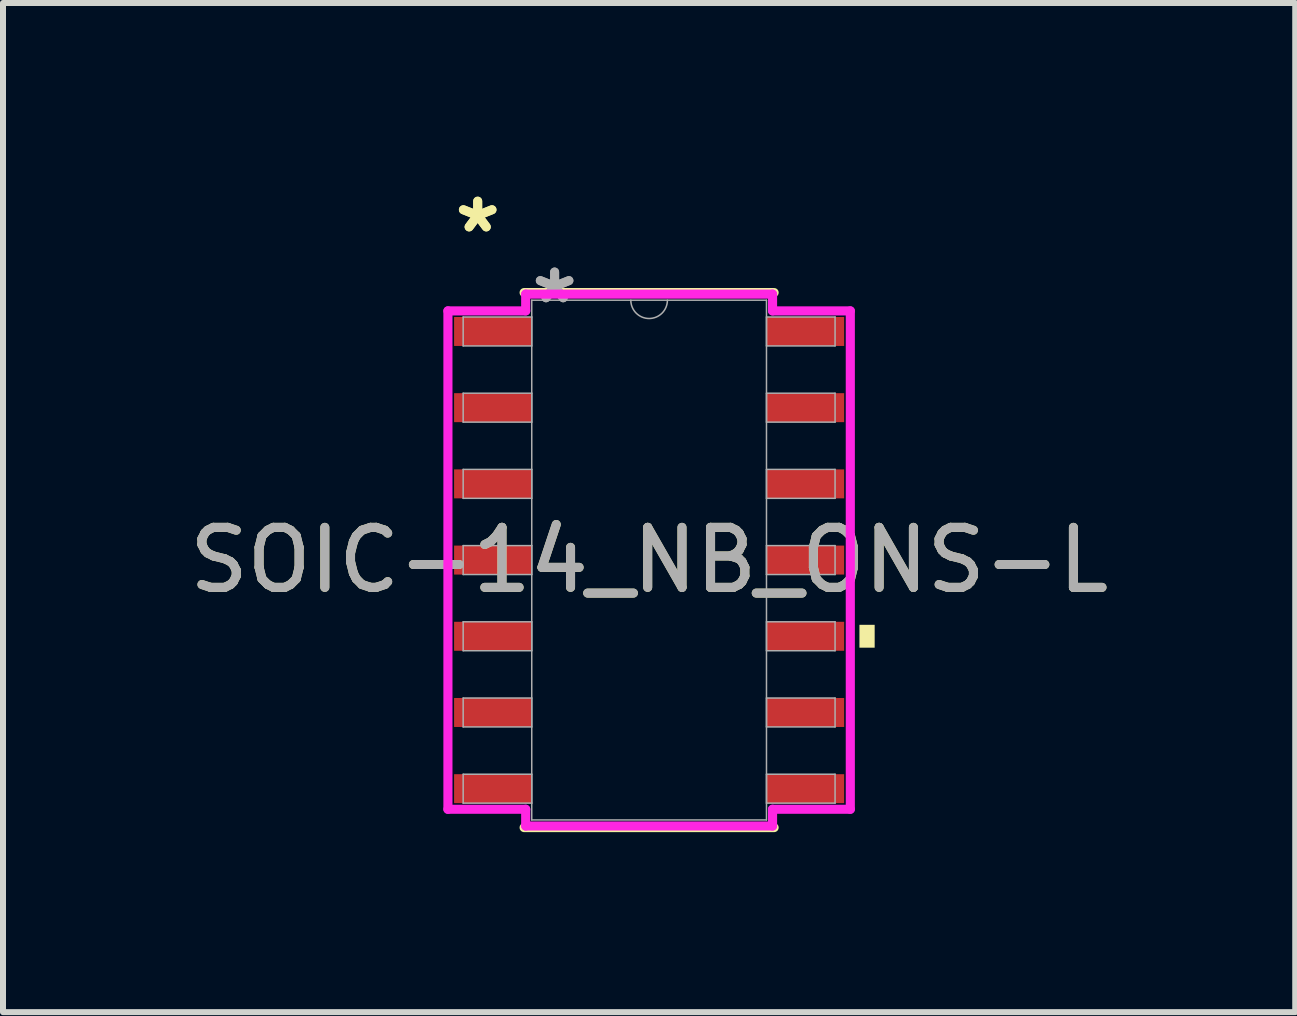
<source format=kicad_pcb>
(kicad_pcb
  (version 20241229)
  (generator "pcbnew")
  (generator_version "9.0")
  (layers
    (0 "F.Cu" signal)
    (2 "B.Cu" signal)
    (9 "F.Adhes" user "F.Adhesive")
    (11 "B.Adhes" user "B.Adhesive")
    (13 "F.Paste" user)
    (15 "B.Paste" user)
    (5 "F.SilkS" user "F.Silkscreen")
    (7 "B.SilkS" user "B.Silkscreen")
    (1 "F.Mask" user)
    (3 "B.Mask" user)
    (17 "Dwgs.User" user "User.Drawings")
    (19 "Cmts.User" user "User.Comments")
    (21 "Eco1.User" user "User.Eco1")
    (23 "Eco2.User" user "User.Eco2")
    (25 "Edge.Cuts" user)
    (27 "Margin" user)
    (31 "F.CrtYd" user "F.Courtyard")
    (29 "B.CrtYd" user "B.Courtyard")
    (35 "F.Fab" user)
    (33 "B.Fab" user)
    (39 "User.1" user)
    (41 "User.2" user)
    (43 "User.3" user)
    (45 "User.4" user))
  (footprint "SOIC-14_NB_ONS-L"
    (layer "F.Cu")
    (at 7.768 6.284)
    (property "Reference" "SOIC-14_NB_ONS-L" (at 0 0 0) (unlocked yes) (layer "F.SilkS") (effects (font (size 1 1) (thickness 0.15))))
    (attr smd)
    (fp_line (start -2.083 4.458) (end 2.083 4.458) (stroke (width 0.152) (type solid)) (layer "F.SilkS"))
    (fp_line (start 2.083 -4.458) (end -2.083 -4.458) (stroke (width 0.152) (type solid)) (layer "F.SilkS"))
    (fp_poly (pts (xy 3.759 1.079) (xy 3.759 1.46) (xy 3.505 1.46) (xy 3.505 1.079)) (stroke (width 0) (type solid)) (fill yes) (layer "F.SilkS"))
    (fp_line (start -3.353 -4.153) (end -2.057 -4.153) (stroke (width 0.152) (type solid)) (layer "F.CrtYd"))
    (fp_line (start -3.353 4.153) (end -3.353 -4.153) (stroke (width 0.152) (type solid)) (layer "F.CrtYd"))
    (fp_line (start -3.353 4.153) (end -2.057 4.153) (stroke (width 0.152) (type solid)) (layer "F.CrtYd"))
    (fp_line (start -2.057 -4.432) (end 2.057 -4.432) (stroke (width 0.152) (type solid)) (layer "F.CrtYd"))
    (fp_line (start -2.057 -4.153) (end -2.057 -4.432) (stroke (width 0.152) (type solid)) (layer "F.CrtYd"))
    (fp_line (start -2.057 4.432) (end -2.057 4.153) (stroke (width 0.152) (type solid)) (layer "F.CrtYd"))
    (fp_line (start 2.057 -4.432) (end 2.057 -4.153) (stroke (width 0.152) (type solid)) (layer "F.CrtYd"))
    (fp_line (start 2.057 4.153) (end 2.057 4.432) (stroke (width 0.152) (type solid)) (layer "F.CrtYd"))
    (fp_line (start 2.057 4.432) (end -2.057 4.432) (stroke (width 0.152) (type solid)) (layer "F.CrtYd"))
    (fp_line (start 3.353 -4.153) (end 2.057 -4.153) (stroke (width 0.152) (type solid)) (layer "F.CrtYd"))
    (fp_line (start 3.353 -4.153) (end 3.353 4.153) (stroke (width 0.152) (type solid)) (layer "F.CrtYd"))
    (fp_line (start 3.353 4.153) (end 2.057 4.153) (stroke (width 0.152) (type solid)) (layer "F.CrtYd"))
    (fp_line (start -3.099 -4.051) (end -3.099 -3.569) (stroke (width 0.025) (type solid)) (layer "F.Fab"))
    (fp_line (start -3.099 -3.569) (end -1.956 -3.569) (stroke (width 0.025) (type solid)) (layer "F.Fab"))
    (fp_line (start -3.099 -2.781) (end -3.099 -2.299) (stroke (width 0.025) (type solid)) (layer "F.Fab"))
    (fp_line (start -3.099 -2.299) (end -1.956 -2.299) (stroke (width 0.025) (type solid)) (layer "F.Fab"))
    (fp_line (start -3.099 -1.511) (end -3.099 -1.029) (stroke (width 0.025) (type solid)) (layer "F.Fab"))
    (fp_line (start -3.099 -1.029) (end -1.956 -1.029) (stroke (width 0.025) (type solid)) (layer "F.Fab"))
    (fp_line (start -3.099 -0.241) (end -3.099 0.241) (stroke (width 0.025) (type solid)) (layer "F.Fab"))
    (fp_line (start -3.099 0.241) (end -1.956 0.241) (stroke (width 0.025) (type solid)) (layer "F.Fab"))
    (fp_line (start -3.099 1.029) (end -3.099 1.511) (stroke (width 0.025) (type solid)) (layer "F.Fab"))
    (fp_line (start -3.099 1.511) (end -1.956 1.511) (stroke (width 0.025) (type solid)) (layer "F.Fab"))
    (fp_line (start -3.099 2.299) (end -3.099 2.781) (stroke (width 0.025) (type solid)) (layer "F.Fab"))
    (fp_line (start -3.099 2.781) (end -1.956 2.781) (stroke (width 0.025) (type solid)) (layer "F.Fab"))
    (fp_line (start -3.099 3.569) (end -3.099 4.051) (stroke (width 0.025) (type solid)) (layer "F.Fab"))
    (fp_line (start -3.099 4.051) (end -1.956 4.051) (stroke (width 0.025) (type solid)) (layer "F.Fab"))
    (fp_line (start -1.956 -4.331) (end -1.956 4.331) (stroke (width 0.025) (type solid)) (layer "F.Fab"))
    (fp_line (start -1.956 -4.051) (end -3.099 -4.051) (stroke (width 0.025) (type solid)) (layer "F.Fab"))
    (fp_line (start -1.956 -3.569) (end -1.956 -4.051) (stroke (width 0.025) (type solid)) (layer "F.Fab"))
    (fp_line (start -1.956 -2.781) (end -3.099 -2.781) (stroke (width 0.025) (type solid)) (layer "F.Fab"))
    (fp_line (start -1.956 -2.299) (end -1.956 -2.781) (stroke (width 0.025) (type solid)) (layer "F.Fab"))
    (fp_line (start -1.956 -1.511) (end -3.099 -1.511) (stroke (width 0.025) (type solid)) (layer "F.Fab"))
    (fp_line (start -1.956 -1.029) (end -1.956 -1.511) (stroke (width 0.025) (type solid)) (layer "F.Fab"))
    (fp_line (start -1.956 -0.241) (end -3.099 -0.241) (stroke (width 0.025) (type solid)) (layer "F.Fab"))
    (fp_line (start -1.956 0.241) (end -1.956 -0.241) (stroke (width 0.025) (type solid)) (layer "F.Fab"))
    (fp_line (start -1.956 1.029) (end -3.099 1.029) (stroke (width 0.025) (type solid)) (layer "F.Fab"))
    (fp_line (start -1.956 1.511) (end -1.956 1.029) (stroke (width 0.025) (type solid)) (layer "F.Fab"))
    (fp_line (start -1.956 2.299) (end -3.099 2.299) (stroke (width 0.025) (type solid)) (layer "F.Fab"))
    (fp_line (start -1.956 2.781) (end -1.956 2.299) (stroke (width 0.025) (type solid)) (layer "F.Fab"))
    (fp_line (start -1.956 3.569) (end -3.099 3.569) (stroke (width 0.025) (type solid)) (layer "F.Fab"))
    (fp_line (start -1.956 4.051) (end -1.956 3.569) (stroke (width 0.025) (type solid)) (layer "F.Fab"))
    (fp_line (start -1.956 4.331) (end 1.956 4.331) (stroke (width 0.025) (type solid)) (layer "F.Fab"))
    (fp_line (start 1.956 -4.331) (end -1.956 -4.331) (stroke (width 0.025) (type solid)) (layer "F.Fab"))
    (fp_line (start 1.956 -4.051) (end 1.956 -3.569) (stroke (width 0.025) (type solid)) (layer "F.Fab"))
    (fp_line (start 1.956 -3.569) (end 3.099 -3.569) (stroke (width 0.025) (type solid)) (layer "F.Fab"))
    (fp_line (start 1.956 -2.781) (end 1.956 -2.299) (stroke (width 0.025) (type solid)) (layer "F.Fab"))
    (fp_line (start 1.956 -2.299) (end 3.099 -2.299) (stroke (width 0.025) (type solid)) (layer "F.Fab"))
    (fp_line (start 1.956 -1.511) (end 1.956 -1.029) (stroke (width 0.025) (type solid)) (layer "F.Fab"))
    (fp_line (start 1.956 -1.029) (end 3.099 -1.029) (stroke (width 0.025) (type solid)) (layer "F.Fab"))
    (fp_line (start 1.956 -0.241) (end 1.956 0.241) (stroke (width 0.025) (type solid)) (layer "F.Fab"))
    (fp_line (start 1.956 0.241) (end 3.099 0.241) (stroke (width 0.025) (type solid)) (layer "F.Fab"))
    (fp_line (start 1.956 1.029) (end 1.956 1.511) (stroke (width 0.025) (type solid)) (layer "F.Fab"))
    (fp_line (start 1.956 1.511) (end 3.099 1.511) (stroke (width 0.025) (type solid)) (layer "F.Fab"))
    (fp_line (start 1.956 2.299) (end 1.956 2.781) (stroke (width 0.025) (type solid)) (layer "F.Fab"))
    (fp_line (start 1.956 2.781) (end 3.099 2.781) (stroke (width 0.025) (type solid)) (layer "F.Fab"))
    (fp_line (start 1.956 3.569) (end 1.956 4.051) (stroke (width 0.025) (type solid)) (layer "F.Fab"))
    (fp_line (start 1.956 4.051) (end 3.099 4.051) (stroke (width 0.025) (type solid)) (layer "F.Fab"))
    (fp_line (start 1.956 4.331) (end 1.956 -4.331) (stroke (width 0.025) (type solid)) (layer "F.Fab"))
    (fp_line (start 3.099 -4.051) (end 1.956 -4.051) (stroke (width 0.025) (type solid)) (layer "F.Fab"))
    (fp_line (start 3.099 -3.569) (end 3.099 -4.051) (stroke (width 0.025) (type solid)) (layer "F.Fab"))
    (fp_line (start 3.099 -2.781) (end 1.956 -2.781) (stroke (width 0.025) (type solid)) (layer "F.Fab"))
    (fp_line (start 3.099 -2.299) (end 3.099 -2.781) (stroke (width 0.025) (type solid)) (layer "F.Fab"))
    (fp_line (start 3.099 -1.511) (end 1.956 -1.511) (stroke (width 0.025) (type solid)) (layer "F.Fab"))
    (fp_line (start 3.099 -1.029) (end 3.099 -1.511) (stroke (width 0.025) (type solid)) (layer "F.Fab"))
    (fp_line (start 3.099 -0.241) (end 1.956 -0.241) (stroke (width 0.025) (type solid)) (layer "F.Fab"))
    (fp_line (start 3.099 0.241) (end 3.099 -0.241) (stroke (width 0.025) (type solid)) (layer "F.Fab"))
    (fp_line (start 3.099 1.029) (end 1.956 1.029) (stroke (width 0.025) (type solid)) (layer "F.Fab"))
    (fp_line (start 3.099 1.511) (end 3.099 1.029) (stroke (width 0.025) (type solid)) (layer "F.Fab"))
    (fp_line (start 3.099 2.299) (end 1.956 2.299) (stroke (width 0.025) (type solid)) (layer "F.Fab"))
    (fp_line (start 3.099 2.781) (end 3.099 2.299) (stroke (width 0.025) (type solid)) (layer "F.Fab"))
    (fp_line (start 3.099 3.569) (end 1.956 3.569) (stroke (width 0.025) (type solid)) (layer "F.Fab"))
    (fp_line (start 3.099 4.051) (end 3.099 3.569) (stroke (width 0.025) (type solid)) (layer "F.Fab"))
    (fp_arc (start 0.3048 -4.3307) (mid 0 -4.0259) (end -0.3048 -4.3307) (stroke (width 0.0254) (type solid)) (layer "F.Fab"))
    (fp_text user "*" (at -2.857 -5.436 0) (layer "F.SilkS") (effects (font (size 1 1) (thickness 0.15))))
    (fp_text user "*" (at -2.857 -5.436 0) (unlocked yes) (layer "F.SilkS") (effects (font (size 1 1) (thickness 0.15))))
    (fp_text user "${REFERENCE}" (at 0 0 0) (unlocked yes) (layer "F.Fab") (effects (font (size 1 1) (thickness 0.15))))
    (fp_text user "*" (at -1.575 -4.255 0) (unlocked yes) (layer "F.Fab") (effects (font (size 1 1) (thickness 0.15))))
    (fp_text user "*" (at -1.575 -4.255 0) (layer "F.Fab") (effects (font (size 1 1) (thickness 0.15))))
    (pad "1" smd rect (at -2.603 -3.81) (size 1.295 0.483) (layers "F.Cu" "F.Mask" "F.Paste"))
    (pad "2" smd rect (at -2.603 -2.54) (size 1.295 0.483) (layers "F.Cu" "F.Mask" "F.Paste"))
    (pad "3" smd rect (at -2.603 -1.27) (size 1.295 0.483) (layers "F.Cu" "F.Mask" "F.Paste"))
    (pad "4" smd rect (at -2.603 0) (size 1.295 0.483) (layers "F.Cu" "F.Mask" "F.Paste"))
    (pad "5" smd rect (at -2.603 1.27) (size 1.295 0.483) (layers "F.Cu" "F.Mask" "F.Paste"))
    (pad "6" smd rect (at -2.603 2.54) (size 1.295 0.483) (layers "F.Cu" "F.Mask" "F.Paste"))
    (pad "7" smd rect (at -2.603 3.81) (size 1.295 0.483) (layers "F.Cu" "F.Mask" "F.Paste"))
    (pad "8" smd rect (at 2.603 3.81) (size 1.295 0.483) (layers "F.Cu" "F.Mask" "F.Paste"))
    (pad "9" smd rect (at 2.603 2.54) (size 1.295 0.483) (layers "F.Cu" "F.Mask" "F.Paste"))
    (pad "10" smd rect (at 2.603 1.27) (size 1.295 0.483) (layers "F.Cu" "F.Mask" "F.Paste"))
    (pad "11" smd rect (at 2.603 0) (size 1.295 0.483) (layers "F.Cu" "F.Mask" "F.Paste"))
    (pad "12" smd rect (at 2.603 -1.27) (size 1.295 0.483) (layers "F.Cu" "F.Mask" "F.Paste"))
    (pad "13" smd rect (at 2.603 -2.54) (size 1.295 0.483) (layers "F.Cu" "F.Mask" "F.Paste"))
    (pad "14" smd rect (at 2.603 -3.81) (size 1.295 0.483) (layers "F.Cu" "F.Mask" "F.Paste")))
  (gr_rect
    (start -3 -3)
    (end 18.536 13.818)
    (stroke (width 0.1) (type default))
    (fill no)
    (layer "Edge.Cuts")))
</source>
